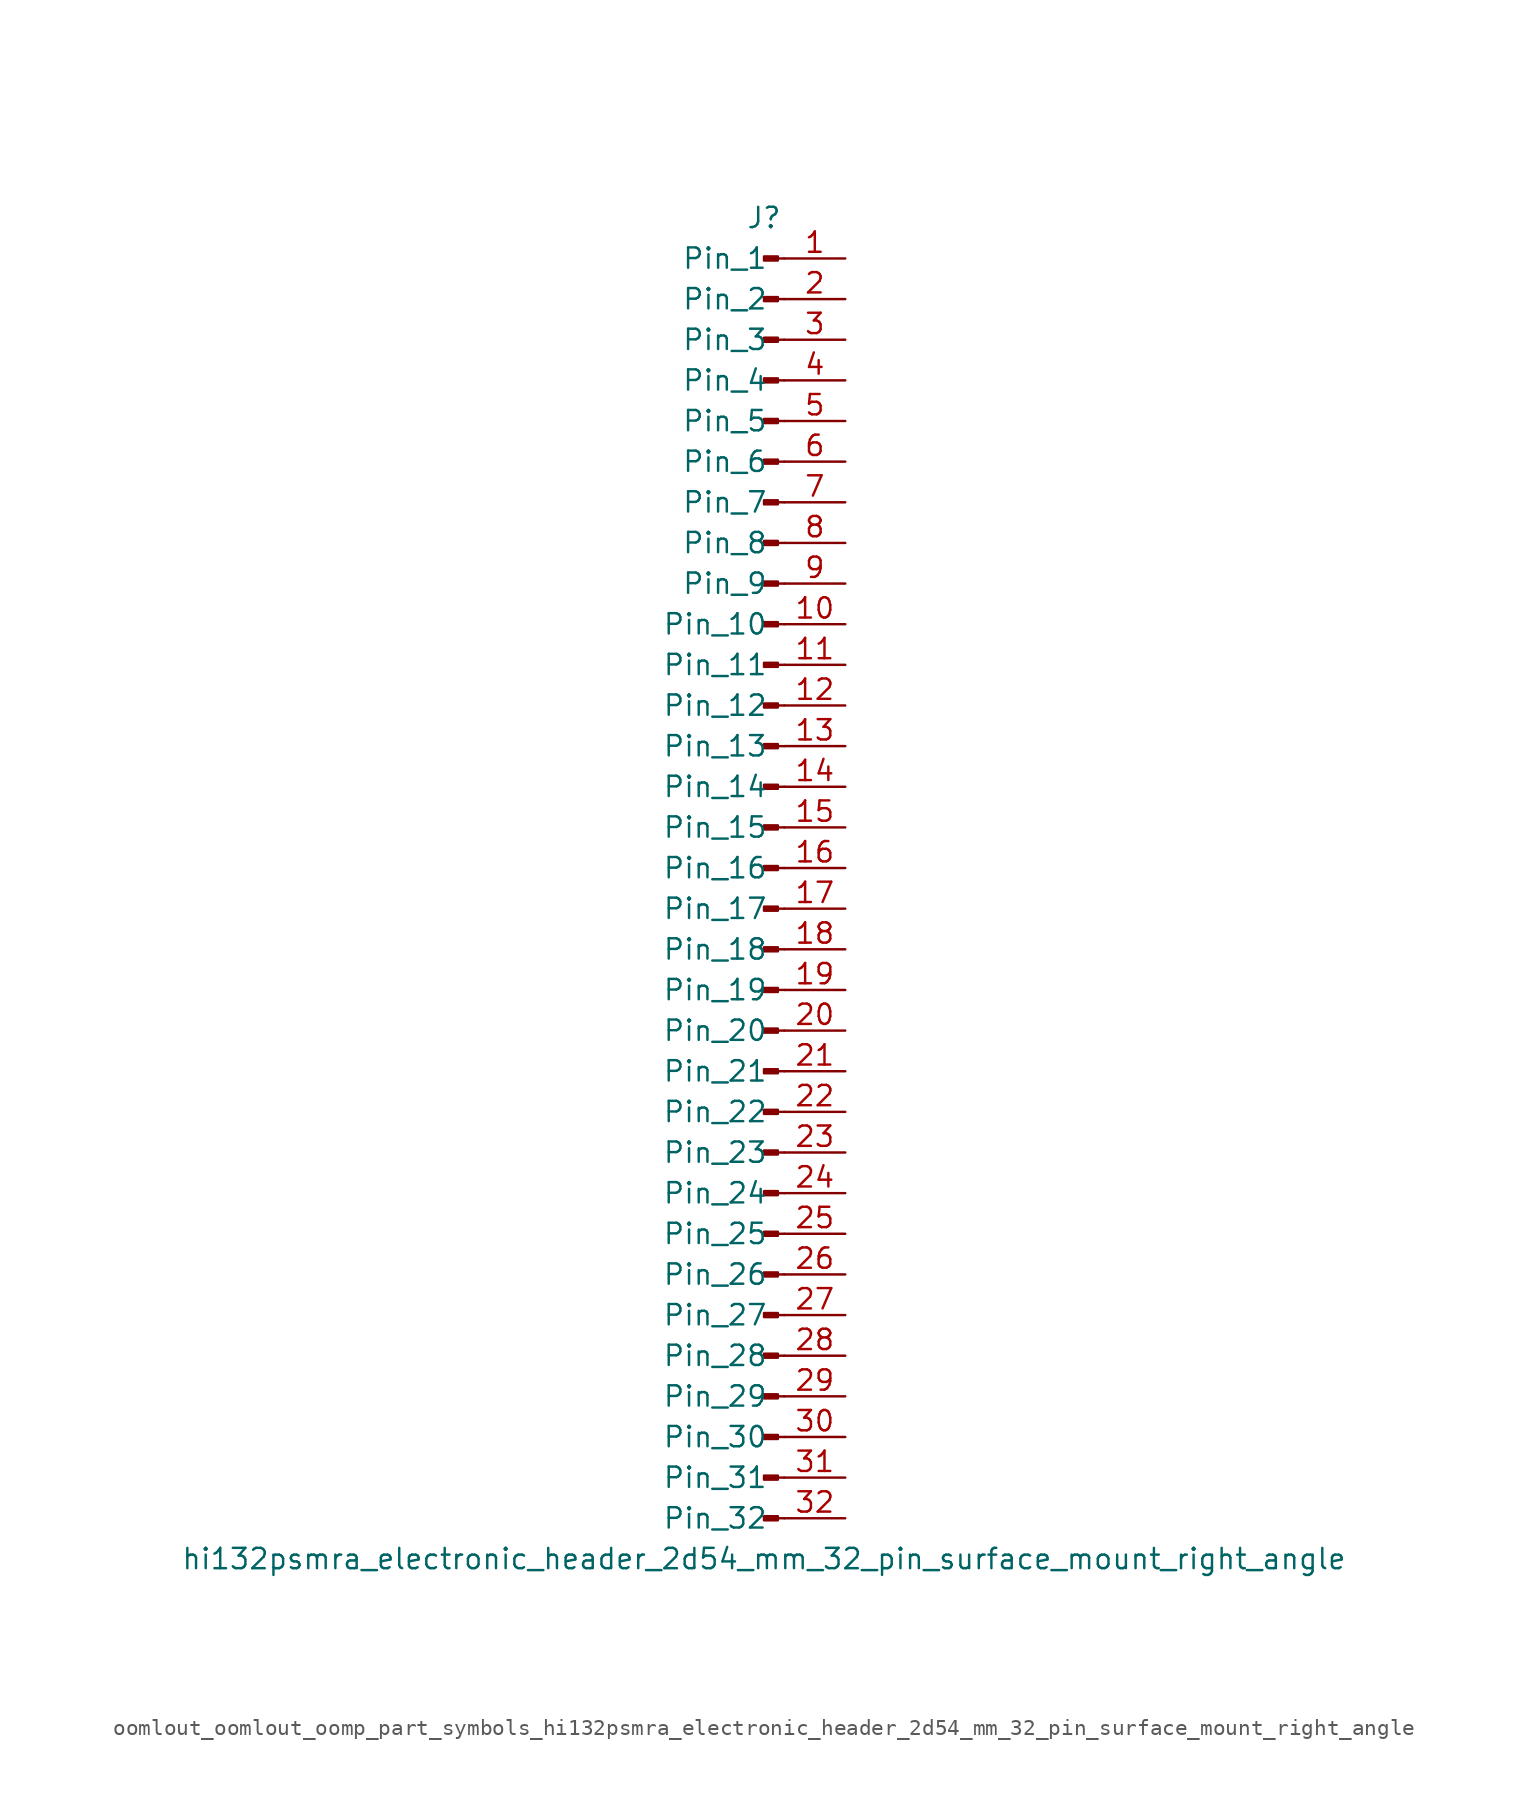
<source format=kicad_sym>
(kicad_symbol_lib
  (version 20220914)
  (generator kicad_symbol_editor)
  (symbol "oomlout_oomlout_oomp_part_symbols_hi132psmra_electronic_header_2d54_mm_32_pin_surface_mount_right_angle"
    (pin_names
      (offset 1.016))
    (property "Reference" "J"
      (at 0 40.64 0)
      (effects (font (size 1.27 1.27))))
    (property "Value" "hi132psmra_electronic_header_2d54_mm_32_pin_surface_mount_right_angle"
      (at 0 -43.18 0)
      (effects (font (size 1.27 1.27))))
    (property "ki_locked" ""
      (at 0 0 0)
      (effects (font (size 1.27 1.27))))
    (symbol "oomlout_oomlout_oomp_part_symbols_hi132psmra_electronic_header_2d54_mm_32_pin_surface_mount_right_angle_1_1"
      (polyline (pts (xy 1.27 -40.64) (xy 0.864 -40.64)) (stroke (width 0.152) (type default)) (fill (type none)))
      (polyline (pts (xy 1.27 -38.1) (xy 0.864 -38.1)) (stroke (width 0.152) (type default)) (fill (type none)))
      (polyline (pts (xy 1.27 -35.56) (xy 0.864 -35.56)) (stroke (width 0.152) (type default)) (fill (type none)))
      (polyline (pts (xy 1.27 -33.02) (xy 0.864 -33.02)) (stroke (width 0.152) (type default)) (fill (type none)))
      (polyline (pts (xy 1.27 -30.48) (xy 0.864 -30.48)) (stroke (width 0.152) (type default)) (fill (type none)))
      (polyline (pts (xy 1.27 -27.94) (xy 0.864 -27.94)) (stroke (width 0.152) (type default)) (fill (type none)))
      (polyline (pts (xy 1.27 -25.4) (xy 0.864 -25.4)) (stroke (width 0.152) (type default)) (fill (type none)))
      (polyline (pts (xy 1.27 -22.86) (xy 0.864 -22.86)) (stroke (width 0.152) (type default)) (fill (type none)))
      (polyline (pts (xy 1.27 -20.32) (xy 0.864 -20.32)) (stroke (width 0.152) (type default)) (fill (type none)))
      (polyline (pts (xy 1.27 -17.78) (xy 0.864 -17.78)) (stroke (width 0.152) (type default)) (fill (type none)))
      (polyline (pts (xy 1.27 -15.24) (xy 0.864 -15.24)) (stroke (width 0.152) (type default)) (fill (type none)))
      (polyline (pts (xy 1.27 -12.7) (xy 0.864 -12.7)) (stroke (width 0.152) (type default)) (fill (type none)))
      (polyline (pts (xy 1.27 -10.16) (xy 0.864 -10.16)) (stroke (width 0.152) (type default)) (fill (type none)))
      (polyline (pts (xy 1.27 -7.62) (xy 0.864 -7.62)) (stroke (width 0.152) (type default)) (fill (type none)))
      (polyline (pts (xy 1.27 -5.08) (xy 0.864 -5.08)) (stroke (width 0.152) (type default)) (fill (type none)))
      (polyline (pts (xy 1.27 -2.54) (xy 0.864 -2.54)) (stroke (width 0.152) (type default)) (fill (type none)))
      (polyline (pts (xy 1.27 0) (xy 0.864 0)) (stroke (width 0.152) (type default)) (fill (type none)))
      (polyline (pts (xy 1.27 2.54) (xy 0.864 2.54)) (stroke (width 0.152) (type default)) (fill (type none)))
      (polyline (pts (xy 1.27 5.08) (xy 0.864 5.08)) (stroke (width 0.152) (type default)) (fill (type none)))
      (polyline (pts (xy 1.27 7.62) (xy 0.864 7.62)) (stroke (width 0.152) (type default)) (fill (type none)))
      (polyline (pts (xy 1.27 10.16) (xy 0.864 10.16)) (stroke (width 0.152) (type default)) (fill (type none)))
      (polyline (pts (xy 1.27 12.7) (xy 0.864 12.7)) (stroke (width 0.152) (type default)) (fill (type none)))
      (polyline (pts (xy 1.27 15.24) (xy 0.864 15.24)) (stroke (width 0.152) (type default)) (fill (type none)))
      (polyline (pts (xy 1.27 17.78) (xy 0.864 17.78)) (stroke (width 0.152) (type default)) (fill (type none)))
      (polyline (pts (xy 1.27 20.32) (xy 0.864 20.32)) (stroke (width 0.152) (type default)) (fill (type none)))
      (polyline (pts (xy 1.27 22.86) (xy 0.864 22.86)) (stroke (width 0.152) (type default)) (fill (type none)))
      (polyline (pts (xy 1.27 25.4) (xy 0.864 25.4)) (stroke (width 0.152) (type default)) (fill (type none)))
      (polyline (pts (xy 1.27 27.94) (xy 0.864 27.94)) (stroke (width 0.152) (type default)) (fill (type none)))
      (polyline (pts (xy 1.27 30.48) (xy 0.864 30.48)) (stroke (width 0.152) (type default)) (fill (type none)))
      (polyline (pts (xy 1.27 33.02) (xy 0.864 33.02)) (stroke (width 0.152) (type default)) (fill (type none)))
      (polyline (pts (xy 1.27 35.56) (xy 0.864 35.56)) (stroke (width 0.152) (type default)) (fill (type none)))
      (polyline (pts (xy 1.27 38.1) (xy 0.864 38.1)) (stroke (width 0.152) (type default)) (fill (type none)))
      (rectangle (start 0.864 -40.513) (end 0 -40.767) (stroke (width 0.152) (type default)) (fill (type outline)))
      (rectangle (start 0.864 -37.973) (end 0 -38.227) (stroke (width 0.152) (type default)) (fill (type outline)))
      (rectangle (start 0.864 -35.433) (end 0 -35.687) (stroke (width 0.152) (type default)) (fill (type outline)))
      (rectangle (start 0.864 -32.893) (end 0 -33.147) (stroke (width 0.152) (type default)) (fill (type outline)))
      (rectangle (start 0.864 -30.353) (end 0 -30.607) (stroke (width 0.152) (type default)) (fill (type outline)))
      (rectangle (start 0.864 -27.813) (end 0 -28.067) (stroke (width 0.152) (type default)) (fill (type outline)))
      (rectangle (start 0.864 -25.273) (end 0 -25.527) (stroke (width 0.152) (type default)) (fill (type outline)))
      (rectangle (start 0.864 -22.733) (end 0 -22.987) (stroke (width 0.152) (type default)) (fill (type outline)))
      (rectangle (start 0.864 -20.193) (end 0 -20.447) (stroke (width 0.152) (type default)) (fill (type outline)))
      (rectangle (start 0.864 -17.653) (end 0 -17.907) (stroke (width 0.152) (type default)) (fill (type outline)))
      (rectangle (start 0.864 -15.113) (end 0 -15.367) (stroke (width 0.152) (type default)) (fill (type outline)))
      (rectangle (start 0.864 -12.573) (end 0 -12.827) (stroke (width 0.152) (type default)) (fill (type outline)))
      (rectangle (start 0.864 -10.033) (end 0 -10.287) (stroke (width 0.152) (type default)) (fill (type outline)))
      (rectangle (start 0.864 -7.493) (end 0 -7.747) (stroke (width 0.152) (type default)) (fill (type outline)))
      (rectangle (start 0.864 -4.953) (end 0 -5.207) (stroke (width 0.152) (type default)) (fill (type outline)))
      (rectangle (start 0.864 -2.413) (end 0 -2.667) (stroke (width 0.152) (type default)) (fill (type outline)))
      (rectangle (start 0.864 0.127) (end 0 -0.127) (stroke (width 0.152) (type default)) (fill (type outline)))
      (rectangle (start 0.864 2.667) (end 0 2.413) (stroke (width 0.152) (type default)) (fill (type outline)))
      (rectangle (start 0.864 5.207) (end 0 4.953) (stroke (width 0.152) (type default)) (fill (type outline)))
      (rectangle (start 0.864 7.747) (end 0 7.493) (stroke (width 0.152) (type default)) (fill (type outline)))
      (rectangle (start 0.864 10.287) (end 0 10.033) (stroke (width 0.152) (type default)) (fill (type outline)))
      (rectangle (start 0.864 12.827) (end 0 12.573) (stroke (width 0.152) (type default)) (fill (type outline)))
      (rectangle (start 0.864 15.367) (end 0 15.113) (stroke (width 0.152) (type default)) (fill (type outline)))
      (rectangle (start 0.864 17.907) (end 0 17.653) (stroke (width 0.152) (type default)) (fill (type outline)))
      (rectangle (start 0.864 20.447) (end 0 20.193) (stroke (width 0.152) (type default)) (fill (type outline)))
      (rectangle (start 0.864 22.987) (end 0 22.733) (stroke (width 0.152) (type default)) (fill (type outline)))
      (rectangle (start 0.864 25.527) (end 0 25.273) (stroke (width 0.152) (type default)) (fill (type outline)))
      (rectangle (start 0.864 28.067) (end 0 27.813) (stroke (width 0.152) (type default)) (fill (type outline)))
      (rectangle (start 0.864 30.607) (end 0 30.353) (stroke (width 0.152) (type default)) (fill (type outline)))
      (rectangle (start 0.864 33.147) (end 0 32.893) (stroke (width 0.152) (type default)) (fill (type outline)))
      (rectangle (start 0.864 35.687) (end 0 35.433) (stroke (width 0.152) (type default)) (fill (type outline)))
      (rectangle (start 0.864 38.227) (end 0 37.973) (stroke (width 0.152) (type default)) (fill (type outline)))
      (pin passive line (at 5.08 38.1 180) (length 3.81) (name "Pin_1" (effects (font (size 1.27 1.27)))) (number "1" (effects (font (size 1.27 1.27)))))
      (pin passive line (at 5.08 15.24 180) (length 3.81) (name "Pin_10" (effects (font (size 1.27 1.27)))) (number "10" (effects (font (size 1.27 1.27)))))
      (pin passive line (at 5.08 12.7 180) (length 3.81) (name "Pin_11" (effects (font (size 1.27 1.27)))) (number "11" (effects (font (size 1.27 1.27)))))
      (pin passive line (at 5.08 10.16 180) (length 3.81) (name "Pin_12" (effects (font (size 1.27 1.27)))) (number "12" (effects (font (size 1.27 1.27)))))
      (pin passive line (at 5.08 7.62 180) (length 3.81) (name "Pin_13" (effects (font (size 1.27 1.27)))) (number "13" (effects (font (size 1.27 1.27)))))
      (pin passive line (at 5.08 5.08 180) (length 3.81) (name "Pin_14" (effects (font (size 1.27 1.27)))) (number "14" (effects (font (size 1.27 1.27)))))
      (pin passive line (at 5.08 2.54 180) (length 3.81) (name "Pin_15" (effects (font (size 1.27 1.27)))) (number "15" (effects (font (size 1.27 1.27)))))
      (pin passive line (at 5.08 0 180) (length 3.81) (name "Pin_16" (effects (font (size 1.27 1.27)))) (number "16" (effects (font (size 1.27 1.27)))))
      (pin passive line (at 5.08 -2.54 180) (length 3.81) (name "Pin_17" (effects (font (size 1.27 1.27)))) (number "17" (effects (font (size 1.27 1.27)))))
      (pin passive line (at 5.08 -5.08 180) (length 3.81) (name "Pin_18" (effects (font (size 1.27 1.27)))) (number "18" (effects (font (size 1.27 1.27)))))
      (pin passive line (at 5.08 -7.62 180) (length 3.81) (name "Pin_19" (effects (font (size 1.27 1.27)))) (number "19" (effects (font (size 1.27 1.27)))))
      (pin passive line (at 5.08 35.56 180) (length 3.81) (name "Pin_2" (effects (font (size 1.27 1.27)))) (number "2" (effects (font (size 1.27 1.27)))))
      (pin passive line (at 5.08 -10.16 180) (length 3.81) (name "Pin_20" (effects (font (size 1.27 1.27)))) (number "20" (effects (font (size 1.27 1.27)))))
      (pin passive line (at 5.08 -12.7 180) (length 3.81) (name "Pin_21" (effects (font (size 1.27 1.27)))) (number "21" (effects (font (size 1.27 1.27)))))
      (pin passive line (at 5.08 -15.24 180) (length 3.81) (name "Pin_22" (effects (font (size 1.27 1.27)))) (number "22" (effects (font (size 1.27 1.27)))))
      (pin passive line (at 5.08 -17.78 180) (length 3.81) (name "Pin_23" (effects (font (size 1.27 1.27)))) (number "23" (effects (font (size 1.27 1.27)))))
      (pin passive line (at 5.08 -20.32 180) (length 3.81) (name "Pin_24" (effects (font (size 1.27 1.27)))) (number "24" (effects (font (size 1.27 1.27)))))
      (pin passive line (at 5.08 -22.86 180) (length 3.81) (name "Pin_25" (effects (font (size 1.27 1.27)))) (number "25" (effects (font (size 1.27 1.27)))))
      (pin passive line (at 5.08 -25.4 180) (length 3.81) (name "Pin_26" (effects (font (size 1.27 1.27)))) (number "26" (effects (font (size 1.27 1.27)))))
      (pin passive line (at 5.08 -27.94 180) (length 3.81) (name "Pin_27" (effects (font (size 1.27 1.27)))) (number "27" (effects (font (size 1.27 1.27)))))
      (pin passive line (at 5.08 -30.48 180) (length 3.81) (name "Pin_28" (effects (font (size 1.27 1.27)))) (number "28" (effects (font (size 1.27 1.27)))))
      (pin passive line (at 5.08 -33.02 180) (length 3.81) (name "Pin_29" (effects (font (size 1.27 1.27)))) (number "29" (effects (font (size 1.27 1.27)))))
      (pin passive line (at 5.08 33.02 180) (length 3.81) (name "Pin_3" (effects (font (size 1.27 1.27)))) (number "3" (effects (font (size 1.27 1.27)))))
      (pin passive line (at 5.08 -35.56 180) (length 3.81) (name "Pin_30" (effects (font (size 1.27 1.27)))) (number "30" (effects (font (size 1.27 1.27)))))
      (pin passive line (at 5.08 -38.1 180) (length 3.81) (name "Pin_31" (effects (font (size 1.27 1.27)))) (number "31" (effects (font (size 1.27 1.27)))))
      (pin passive line (at 5.08 -40.64 180) (length 3.81) (name "Pin_32" (effects (font (size 1.27 1.27)))) (number "32" (effects (font (size 1.27 1.27)))))
      (pin passive line (at 5.08 30.48 180) (length 3.81) (name "Pin_4" (effects (font (size 1.27 1.27)))) (number "4" (effects (font (size 1.27 1.27)))))
      (pin passive line (at 5.08 27.94 180) (length 3.81) (name "Pin_5" (effects (font (size 1.27 1.27)))) (number "5" (effects (font (size 1.27 1.27)))))
      (pin passive line (at 5.08 25.4 180) (length 3.81) (name "Pin_6" (effects (font (size 1.27 1.27)))) (number "6" (effects (font (size 1.27 1.27)))))
      (pin passive line (at 5.08 22.86 180) (length 3.81) (name "Pin_7" (effects (font (size 1.27 1.27)))) (number "7" (effects (font (size 1.27 1.27)))))
      (pin passive line (at 5.08 20.32 180) (length 3.81) (name "Pin_8" (effects (font (size 1.27 1.27)))) (number "8" (effects (font (size 1.27 1.27)))))
      (pin passive line (at 5.08 17.78 180) (length 3.81) (name "Pin_9" (effects (font (size 1.27 1.27)))) (number "9" (effects (font (size 1.27 1.27))))))))
</source>
